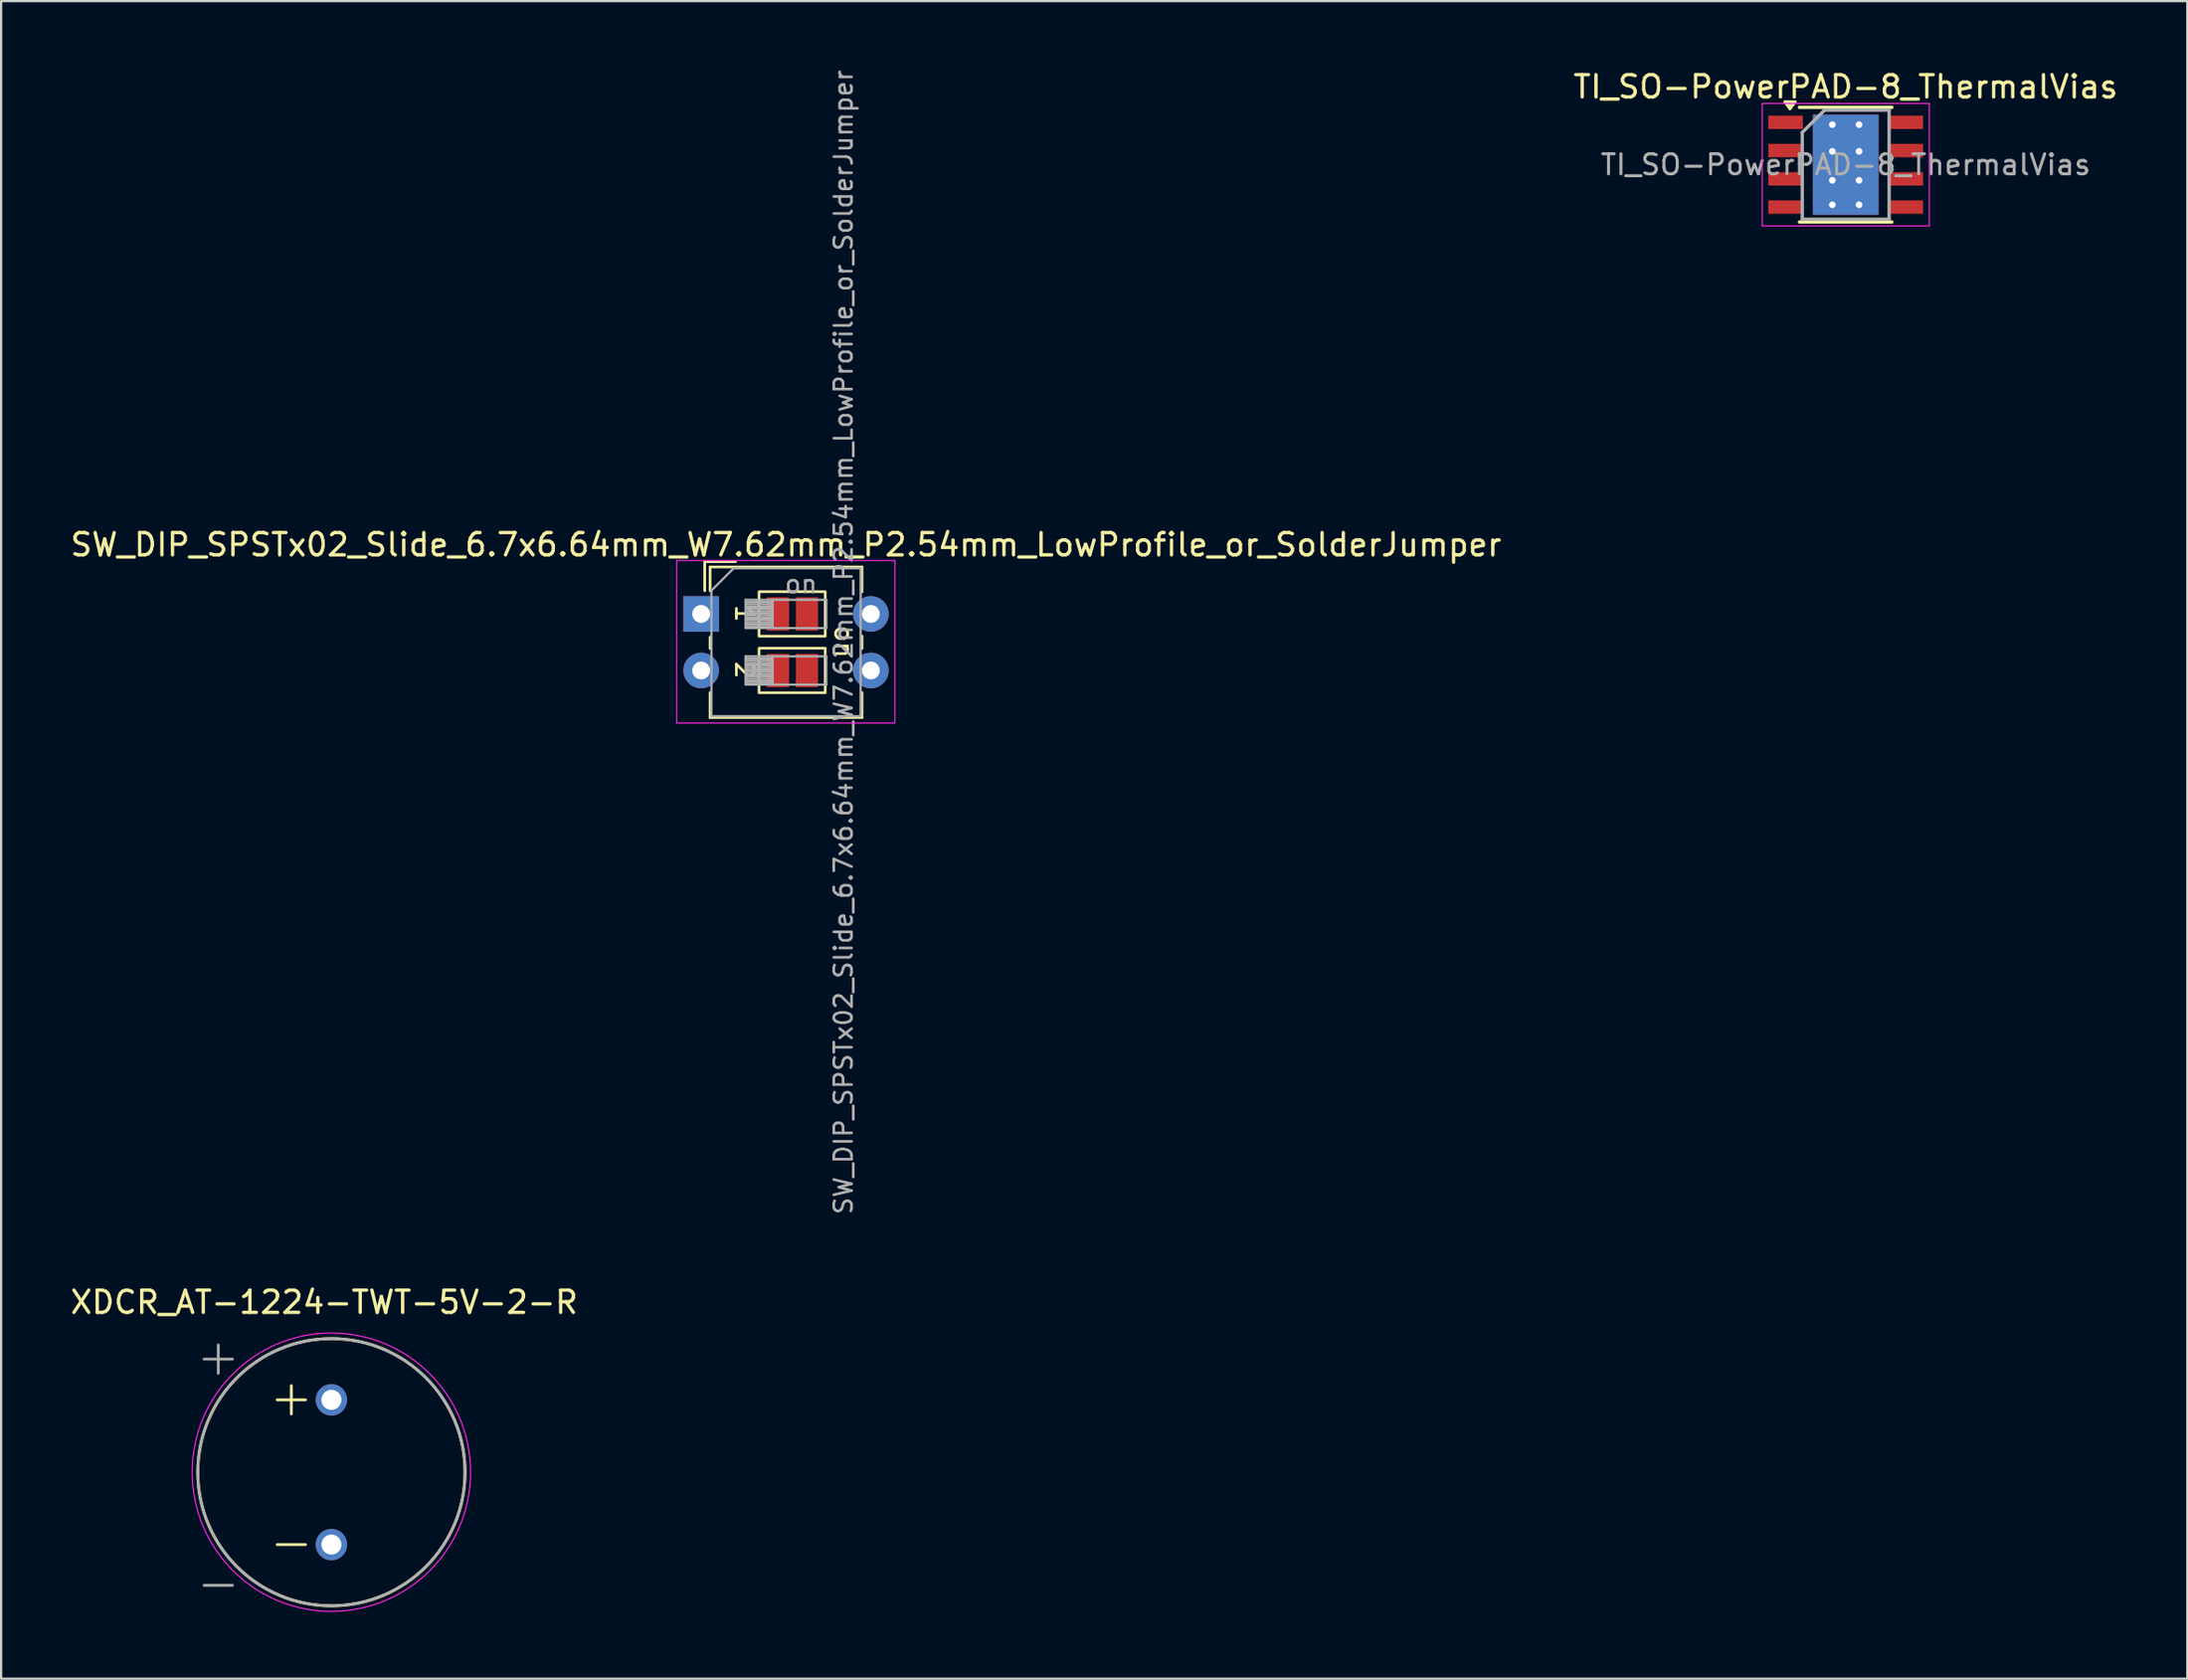
<source format=kicad_pcb>
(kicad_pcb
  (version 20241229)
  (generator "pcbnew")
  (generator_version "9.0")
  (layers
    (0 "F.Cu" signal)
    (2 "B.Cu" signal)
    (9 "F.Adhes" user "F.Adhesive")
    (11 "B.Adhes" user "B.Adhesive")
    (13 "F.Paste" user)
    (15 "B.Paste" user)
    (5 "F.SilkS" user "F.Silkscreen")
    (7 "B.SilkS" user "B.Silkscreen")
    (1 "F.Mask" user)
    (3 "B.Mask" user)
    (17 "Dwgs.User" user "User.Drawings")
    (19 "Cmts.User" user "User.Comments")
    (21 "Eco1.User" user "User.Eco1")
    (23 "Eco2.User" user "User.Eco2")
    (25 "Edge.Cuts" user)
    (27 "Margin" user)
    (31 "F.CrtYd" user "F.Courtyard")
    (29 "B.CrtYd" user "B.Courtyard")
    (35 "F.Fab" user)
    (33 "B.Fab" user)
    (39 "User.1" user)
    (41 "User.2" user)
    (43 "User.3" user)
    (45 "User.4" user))
  (footprint "SW_DIP_SPSTx02_Slide_6.7x6.64mm_W7.62mm_P2.54mm_LowProfile_or_SolderJumper"
    (layer "F.Cu")
    (at 28.434 24.525)
    (property "Reference" "SW_DIP_SPSTx02_Slide_6.7x6.64mm_W7.62mm_P2.54mm_LowProfile_or_SolderJumper" (at 3.81 -3.11 0) (layer "F.SilkS") (effects (font (size 1 1) (thickness 0.15))))
    (attr through_hole)
    (fp_line (start 0.16 -2.35) (end 0.16 -1.04) (stroke (width 0.12) (type solid)) (layer "F.SilkS"))
    (fp_line (start 0.16 -2.35) (end 1.543 -2.35) (stroke (width 0.12) (type solid)) (layer "F.SilkS"))
    (fp_line (start 0.4 -2.11) (end 0.4 -1.04) (stroke (width 0.12) (type solid)) (layer "F.SilkS"))
    (fp_line (start 0.4 -2.11) (end 7.221 -2.11) (stroke (width 0.12) (type solid)) (layer "F.SilkS"))
    (fp_line (start 0.4 1.04) (end 0.4 1.551) (stroke (width 0.12) (type solid)) (layer "F.SilkS"))
    (fp_line (start 0.4 3.53) (end 0.4 4.65) (stroke (width 0.12) (type solid)) (layer "F.SilkS"))
    (fp_line (start 0.4 4.65) (end 7.221 4.65) (stroke (width 0.12) (type solid)) (layer "F.SilkS"))
    (fp_line (start 7.221 -2.11) (end 7.221 -0.99) (stroke (width 0.12) (type solid)) (layer "F.SilkS"))
    (fp_line (start 7.221 0.99) (end 7.221 1.551) (stroke (width 0.12) (type solid)) (layer "F.SilkS"))
    (fp_line (start 7.221 3.53) (end 7.221 4.65) (stroke (width 0.12) (type solid)) (layer "F.SilkS"))
    (fp_rect (start 2.6 -1) (end 5.57 1) (stroke (width 0.12) (type default)) (fill no) (layer "F.SilkS"))
    (fp_rect (start 2.6 1.54) (end 5.57 3.54) (stroke (width 0.12) (type default)) (fill no) (layer "F.SilkS"))
    (fp_line (start -1.1 -2.4) (end -1.1 4.9) (stroke (width 0.05) (type solid)) (layer "F.CrtYd"))
    (fp_line (start -1.1 4.9) (end 8.7 4.9) (stroke (width 0.05) (type solid)) (layer "F.CrtYd"))
    (fp_line (start 8.7 -2.4) (end -1.1 -2.4) (stroke (width 0.05) (type solid)) (layer "F.CrtYd"))
    (fp_line (start 8.7 4.9) (end 8.7 -2.4) (stroke (width 0.05) (type solid)) (layer "F.CrtYd"))
    (fp_line (start 0.46 -1.05) (end 1.46 -2.05) (stroke (width 0.1) (type solid)) (layer "F.Fab"))
    (fp_line (start 0.46 4.59) (end 0.46 -1.05) (stroke (width 0.1) (type solid)) (layer "F.Fab"))
    (fp_line (start 1.46 -2.05) (end 7.16 -2.05) (stroke (width 0.1) (type solid)) (layer "F.Fab"))
    (fp_line (start 2 -0.635) (end 2 0.635) (stroke (width 0.1) (type solid)) (layer "F.Fab"))
    (fp_line (start 2 -0.535) (end 3.207 -0.535) (stroke (width 0.1) (type solid)) (layer "F.Fab"))
    (fp_line (start 2 -0.435) (end 3.207 -0.435) (stroke (width 0.1) (type solid)) (layer "F.Fab"))
    (fp_line (start 2 -0.335) (end 3.207 -0.335) (stroke (width 0.1) (type solid)) (layer "F.Fab"))
    (fp_line (start 2 -0.235) (end 3.207 -0.235) (stroke (width 0.1) (type solid)) (layer "F.Fab"))
    (fp_line (start 2 -0.135) (end 3.207 -0.135) (stroke (width 0.1) (type solid)) (layer "F.Fab"))
    (fp_line (start 2 -0.035) (end 3.207 -0.035) (stroke (width 0.1) (type solid)) (layer "F.Fab"))
    (fp_line (start 2 0.065) (end 3.207 0.065) (stroke (width 0.1) (type solid)) (layer "F.Fab"))
    (fp_line (start 2 0.165) (end 3.207 0.165) (stroke (width 0.1) (type solid)) (layer "F.Fab"))
    (fp_line (start 2 0.265) (end 3.207 0.265) (stroke (width 0.1) (type solid)) (layer "F.Fab"))
    (fp_line (start 2 0.365) (end 3.207 0.365) (stroke (width 0.1) (type solid)) (layer "F.Fab"))
    (fp_line (start 2 0.465) (end 3.207 0.465) (stroke (width 0.1) (type solid)) (layer "F.Fab"))
    (fp_line (start 2 0.565) (end 3.207 0.565) (stroke (width 0.1) (type solid)) (layer "F.Fab"))
    (fp_line (start 2 0.635) (end 5.62 0.635) (stroke (width 0.1) (type solid)) (layer "F.Fab"))
    (fp_line (start 2 1.905) (end 2 3.175) (stroke (width 0.1) (type solid)) (layer "F.Fab"))
    (fp_line (start 2 2.005) (end 3.207 2.005) (stroke (width 0.1) (type solid)) (layer "F.Fab"))
    (fp_line (start 2 2.105) (end 3.207 2.105) (stroke (width 0.1) (type solid)) (layer "F.Fab"))
    (fp_line (start 2 2.205) (end 3.207 2.205) (stroke (width 0.1) (type solid)) (layer "F.Fab"))
    (fp_line (start 2 2.305) (end 3.207 2.305) (stroke (width 0.1) (type solid)) (layer "F.Fab"))
    (fp_line (start 2 2.405) (end 3.207 2.405) (stroke (width 0.1) (type solid)) (layer "F.Fab"))
    (fp_line (start 2 2.505) (end 3.207 2.505) (stroke (width 0.1) (type solid)) (layer "F.Fab"))
    (fp_line (start 2 2.605) (end 3.207 2.605) (stroke (width 0.1) (type solid)) (layer "F.Fab"))
    (fp_line (start 2 2.705) (end 3.207 2.705) (stroke (width 0.1) (type solid)) (layer "F.Fab"))
    (fp_line (start 2 2.805) (end 3.207 2.805) (stroke (width 0.1) (type solid)) (layer "F.Fab"))
    (fp_line (start 2 2.905) (end 3.207 2.905) (stroke (width 0.1) (type solid)) (layer "F.Fab"))
    (fp_line (start 2 3.005) (end 3.207 3.005) (stroke (width 0.1) (type solid)) (layer "F.Fab"))
    (fp_line (start 2 3.105) (end 3.207 3.105) (stroke (width 0.1) (type solid)) (layer "F.Fab"))
    (fp_line (start 2 3.175) (end 5.62 3.175) (stroke (width 0.1) (type solid)) (layer "F.Fab"))
    (fp_line (start 3.207 -0.635) (end 3.207 0.635) (stroke (width 0.1) (type solid)) (layer "F.Fab"))
    (fp_line (start 3.207 1.905) (end 3.207 3.175) (stroke (width 0.1) (type solid)) (layer "F.Fab"))
    (fp_line (start 5.62 -0.635) (end 2 -0.635) (stroke (width 0.1) (type solid)) (layer "F.Fab"))
    (fp_line (start 5.62 0.635) (end 5.62 -0.635) (stroke (width 0.1) (type solid)) (layer "F.Fab"))
    (fp_line (start 5.62 1.905) (end 2 1.905) (stroke (width 0.1) (type solid)) (layer "F.Fab"))
    (fp_line (start 5.62 3.175) (end 5.62 1.905) (stroke (width 0.1) (type solid)) (layer "F.Fab"))
    (fp_line (start 7.16 -2.05) (end 7.16 4.59) (stroke (width 0.1) (type solid)) (layer "F.Fab"))
    (fp_line (start 7.16 4.59) (end 0.46 4.59) (stroke (width 0.1) (type solid)) (layer "F.Fab"))
    (fp_text user "1" (at 1.477 -0.481 270) (unlocked yes) (layer "F.SilkS") (effects (font (size 0.8 0.8) (thickness 0.12)) (justify left bottom)))
    (fp_text user "on" (at 5.939 0.446 270) (unlocked yes) (layer "F.SilkS") (effects (font (size 0.8 0.8) (thickness 0.12)) (justify left bottom)))
    (fp_text user "2" (at 1.477 2.059 270) (unlocked yes) (layer "F.SilkS") (effects (font (size 0.8 0.8) (thickness 0.12)) (justify left bottom)))
    (fp_text user "${REFERENCE}" (at 6.39 1.27 90) (layer "F.Fab") (effects (font (size 0.8 0.8) (thickness 0.12))))
    (fp_text user "on" (at 4.485 -1.343 0) (layer "F.Fab") (effects (font (size 0.8 0.8) (thickness 0.12))))
    (pad "1" thru_hole rect (at 0 0) (size 1.6 1.6) (drill 0.8) (layers "*.Cu" "*.Mask"))
    (pad "1" smd rect (at 3.45 0) (size 1 1.5) (layers "F.Cu" "F.Mask"))
    (pad "2" thru_hole oval (at 0 2.54) (size 1.6 1.6) (drill 0.8) (layers "*.Cu" "*.Mask"))
    (pad "2" smd rect (at 3.45 2.54) (size 1 1.5) (layers "F.Cu" "F.Mask"))
    (pad "3" smd rect (at 4.75 2.54) (size 1 1.5) (layers "F.Cu" "F.Mask"))
    (pad "3" thru_hole oval (at 7.62 2.54) (size 1.6 1.6) (drill 0.8) (layers "*.Cu" "*.Mask"))
    (pad "4" smd rect (at 4.75 0) (size 1 1.5) (layers "F.Cu" "F.Mask"))
    (pad "4" thru_hole oval (at 7.62 0) (size 1.6 1.6) (drill 0.8) (layers "*.Cu" "*.Mask")))
  (footprint "TI_SO-PowerPAD-8_ThermalVias"
    (layer "F.Cu")
    (at 79.827 4.348)
    (property "Reference" "TI_SO-PowerPAD-8_ThermalVias" (at 0 -3.5 0) (layer "F.SilkS") (effects (font (size 1 1) (thickness 0.15))))
    (attr smd)
    (fp_line (start -2.075 -2.575) (end 2.075 -2.575) (stroke (width 0.15) (type solid)) (layer "F.SilkS"))
    (fp_line (start -2.075 2.575) (end 2.075 2.575) (stroke (width 0.15) (type solid)) (layer "F.SilkS"))
    (fp_poly (pts (xy -2.5 -2.5) (xy -2.74 -2.83) (xy -2.26 -2.83) (xy -2.5 -2.5)) (stroke (width 0.12) (type solid)) (fill yes) (layer "F.SilkS"))
    (fp_line (start -3.75 -2.75) (end -3.75 2.75) (stroke (width 0.05) (type solid)) (layer "F.CrtYd"))
    (fp_line (start -3.75 -2.75) (end 3.75 -2.75) (stroke (width 0.05) (type solid)) (layer "F.CrtYd"))
    (fp_line (start -3.75 2.75) (end 3.75 2.75) (stroke (width 0.05) (type solid)) (layer "F.CrtYd"))
    (fp_line (start 3.75 -2.75) (end 3.75 2.75) (stroke (width 0.05) (type solid)) (layer "F.CrtYd"))
    (fp_line (start -1.95 -1.45) (end -0.95 -2.45) (stroke (width 0.15) (type solid)) (layer "F.Fab"))
    (fp_line (start -1.95 2.45) (end -1.95 -1.45) (stroke (width 0.15) (type solid)) (layer "F.Fab"))
    (fp_line (start -0.95 -2.45) (end 1.95 -2.45) (stroke (width 0.15) (type solid)) (layer "F.Fab"))
    (fp_line (start 1.95 -2.45) (end 1.95 2.45) (stroke (width 0.15) (type solid)) (layer "F.Fab"))
    (fp_line (start 1.95 2.45) (end -1.95 2.45) (stroke (width 0.15) (type solid)) (layer "F.Fab"))
    (fp_text user "${REFERENCE}" (at 0 0 0) (layer "F.Fab") (effects (font (size 0.9 0.9) (thickness 0.135))))
    (pad "1" smd rect (at -2.7 -1.905) (size 1.55 0.6) (layers "F.Cu" "F.Mask" "F.Paste"))
    (pad "2" smd rect (at -2.7 -0.635) (size 1.55 0.6) (layers "F.Cu" "F.Mask" "F.Paste"))
    (pad "3" smd rect (at -2.7 0.635) (size 1.55 0.6) (layers "F.Cu" "F.Mask" "F.Paste"))
    (pad "4" smd rect (at -2.7 1.905) (size 1.55 0.6) (layers "F.Cu" "F.Mask" "F.Paste"))
    (pad "5" smd rect (at 2.7 1.905) (size 1.55 0.6) (layers "F.Cu" "F.Mask" "F.Paste"))
    (pad "6" smd rect (at 2.7 0.635) (size 1.55 0.6) (layers "F.Cu" "F.Mask" "F.Paste"))
    (pad "7" smd rect (at 2.7 -0.635) (size 1.55 0.6) (layers "F.Cu" "F.Mask" "F.Paste"))
    (pad "8" smd rect (at 2.7 -1.905) (size 1.55 0.6) (layers "F.Cu" "F.Mask" "F.Paste"))
    (pad "9" thru_hole circle (at -0.6 -1.8) (size 0.6 0.6) (drill 0.3) (property pad_prop_heatsink) (layers "*.Cu"))
    (pad "9" thru_hole circle (at -0.6 -0.6) (size 0.6 0.6) (drill 0.3) (property pad_prop_heatsink) (layers "*.Cu"))
    (pad "9" thru_hole circle (at -0.6 0.7) (size 0.6 0.6) (drill 0.3) (property pad_prop_heatsink) (layers "*.Cu"))
    (pad "9" thru_hole circle (at -0.6 1.8) (size 0.6 0.6) (drill 0.3) (property pad_prop_heatsink) (layers "*.Cu"))
    (pad "9" smd rect (at 0 0) (size 2.6 3.1) (layers "F.Cu" "F.Mask" "F.Paste"))
    (pad "9" smd rect (at 0 0) (size 2.95 4.5) (layers "F.Cu"))
    (pad "9" smd rect (at 0 0) (size 2.95 4.5) (layers "B.Cu"))
    (pad "9" thru_hole circle (at 0.6 -1.8) (size 0.6 0.6) (drill 0.3) (property pad_prop_heatsink) (layers "*.Cu"))
    (pad "9" thru_hole circle (at 0.6 -0.6) (size 0.6 0.6) (drill 0.3) (property pad_prop_heatsink) (layers "*.Cu"))
    (pad "9" thru_hole circle (at 0.6 0.7) (size 0.6 0.6) (drill 0.3) (property pad_prop_heatsink) (layers "*.Cu"))
    (pad "9" thru_hole circle (at 0.6 1.8) (size 0.6 0.6) (drill 0.3) (property pad_prop_heatsink) (layers "*.Cu")))
  (footprint "XDCR_AT-1224-TWT-5V-2-R"
    (layer "F.Cu")
    (at 11.831 63.074)
    (property "Reference" "XDCR_AT-1224-TWT-5V-2-R" (at -0.325 -7.635 0) (layer "F.SilkS") (effects (font (size 1 1) (thickness 0.15))))
    (attr through_hole)
    (fp_line (start -2.435 -3.25) (end -1.165 -3.25) (stroke (width 0.127) (type solid)) (layer "F.SilkS"))
    (fp_line (start -2.435 3.25) (end -1.165 3.25) (stroke (width 0.127) (type solid)) (layer "F.SilkS"))
    (fp_line (start -1.8 -3.885) (end -1.8 -2.615) (stroke (width 0.127) (type solid)) (layer "F.SilkS"))
    (fp_circle (center 0 0) (end 6 0) (stroke (width 0.127) (type solid)) (fill no) (layer "F.SilkS"))
    (fp_circle (center 0 0) (end 6.25 0) (stroke (width 0.05) (type solid)) (fill no) (layer "F.CrtYd"))
    (fp_line (start -5.715 -5.08) (end -4.445 -5.08) (stroke (width 0.127) (type solid)) (layer "F.Fab"))
    (fp_line (start -5.715 5.08) (end -4.445 5.08) (stroke (width 0.127) (type solid)) (layer "F.Fab"))
    (fp_line (start -5.08 -5.715) (end -5.08 -4.445) (stroke (width 0.127) (type solid)) (layer "F.Fab"))
    (fp_circle (center 0 0) (end 6 0) (stroke (width 0.127) (type solid)) (fill no) (layer "F.Fab"))
    (pad "1" thru_hole circle (at 0 -3.25) (size 1.408 1.408) (drill 0.9) (layers "*.Cu" "*.Mask"))
    (pad "2" thru_hole circle (at 0 3.25) (size 1.408 1.408) (drill 0.9) (layers "*.Cu" "*.Mask")))
  (gr_rect
    (start -3 -3)
    (end 95.167 72.349)
    (stroke (width 0.1) (type default))
    (fill no)
    (layer "Edge.Cuts")))
</source>
